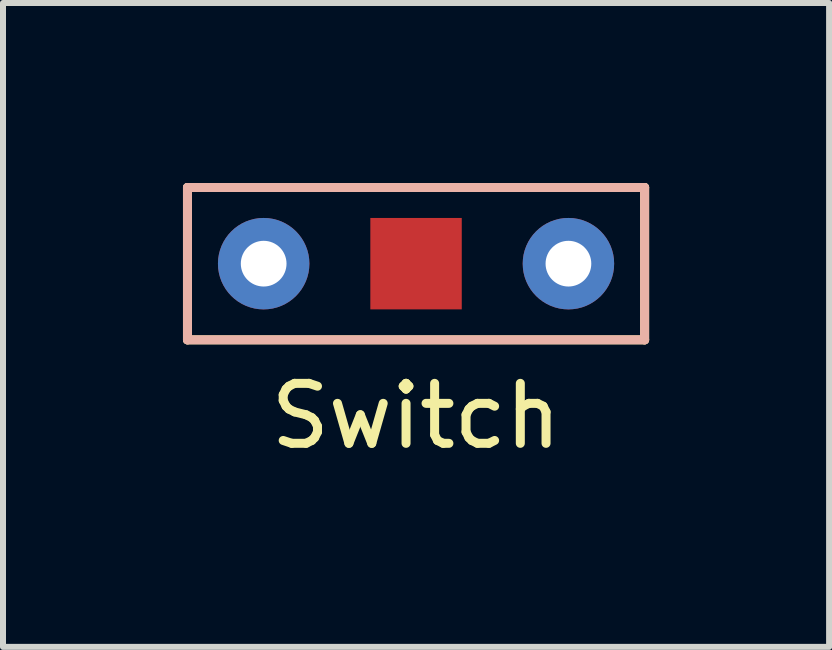
<source format=kicad_pcb>
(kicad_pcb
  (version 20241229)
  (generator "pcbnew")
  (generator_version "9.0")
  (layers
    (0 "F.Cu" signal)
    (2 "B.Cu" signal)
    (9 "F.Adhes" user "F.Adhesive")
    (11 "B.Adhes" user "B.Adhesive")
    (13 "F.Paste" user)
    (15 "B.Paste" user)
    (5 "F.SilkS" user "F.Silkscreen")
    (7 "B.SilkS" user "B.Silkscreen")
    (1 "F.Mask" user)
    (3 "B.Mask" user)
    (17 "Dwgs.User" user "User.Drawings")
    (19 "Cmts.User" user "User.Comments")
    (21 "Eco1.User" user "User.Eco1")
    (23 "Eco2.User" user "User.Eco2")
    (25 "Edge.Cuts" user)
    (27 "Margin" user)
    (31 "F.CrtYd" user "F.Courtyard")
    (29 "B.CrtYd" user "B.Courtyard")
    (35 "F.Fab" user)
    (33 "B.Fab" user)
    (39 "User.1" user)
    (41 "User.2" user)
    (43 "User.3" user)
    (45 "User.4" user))
  (footprint "Switch"
    (layer "F.Cu")
    (at 3.885 1.345)
    (property "Reference" "Switch" (at 0 2.54 0) (layer "F.SilkS") (effects (font (size 1 1) (thickness 0.15))))
    (attr through_hole)
    (fp_line (start -3.81 -1.27) (end 3.81 -1.27) (stroke (width 0.15) (type solid)) (layer "F.SilkS"))
    (fp_line (start -3.81 1.27) (end -3.81 -1.27) (stroke (width 0.15) (type solid)) (layer "F.SilkS"))
    (fp_line (start 3.81 -1.27) (end 3.81 1.27) (stroke (width 0.15) (type solid)) (layer "F.SilkS"))
    (fp_line (start 3.81 1.27) (end -3.81 1.27) (stroke (width 0.15) (type solid)) (layer "F.SilkS"))
    (fp_line (start -3.81 -1.27) (end 3.81 -1.27) (stroke (width 0.15) (type solid)) (layer "B.SilkS"))
    (fp_line (start -3.81 1.27) (end -3.81 -1.27) (stroke (width 0.15) (type solid)) (layer "B.SilkS"))
    (fp_line (start 3.81 -1.27) (end 3.81 1.27) (stroke (width 0.15) (type solid)) (layer "B.SilkS"))
    (fp_line (start 3.81 1.27) (end -3.81 1.27) (stroke (width 0.15) (type solid)) (layer "B.SilkS"))
    (pad "1" thru_hole oval (at -2.54 0) (size 1.524 1.524) (drill 0.762) (layers "*.Cu" "*.Mask"))
    (pad "1" smd rect (at 0 0) (size 1.524 1.524) (layers "F.Cu" "F.Mask" "F.Paste"))
    (pad "2" thru_hole oval (at 2.54 0) (size 1.524 1.524) (drill 0.762) (layers "*.Cu" "*.Mask")))
  (gr_rect
    (start -3 -3)
    (end 10.77 7.733)
    (stroke (width 0.1) (type default))
    (fill no)
    (layer "Edge.Cuts")))
</source>
